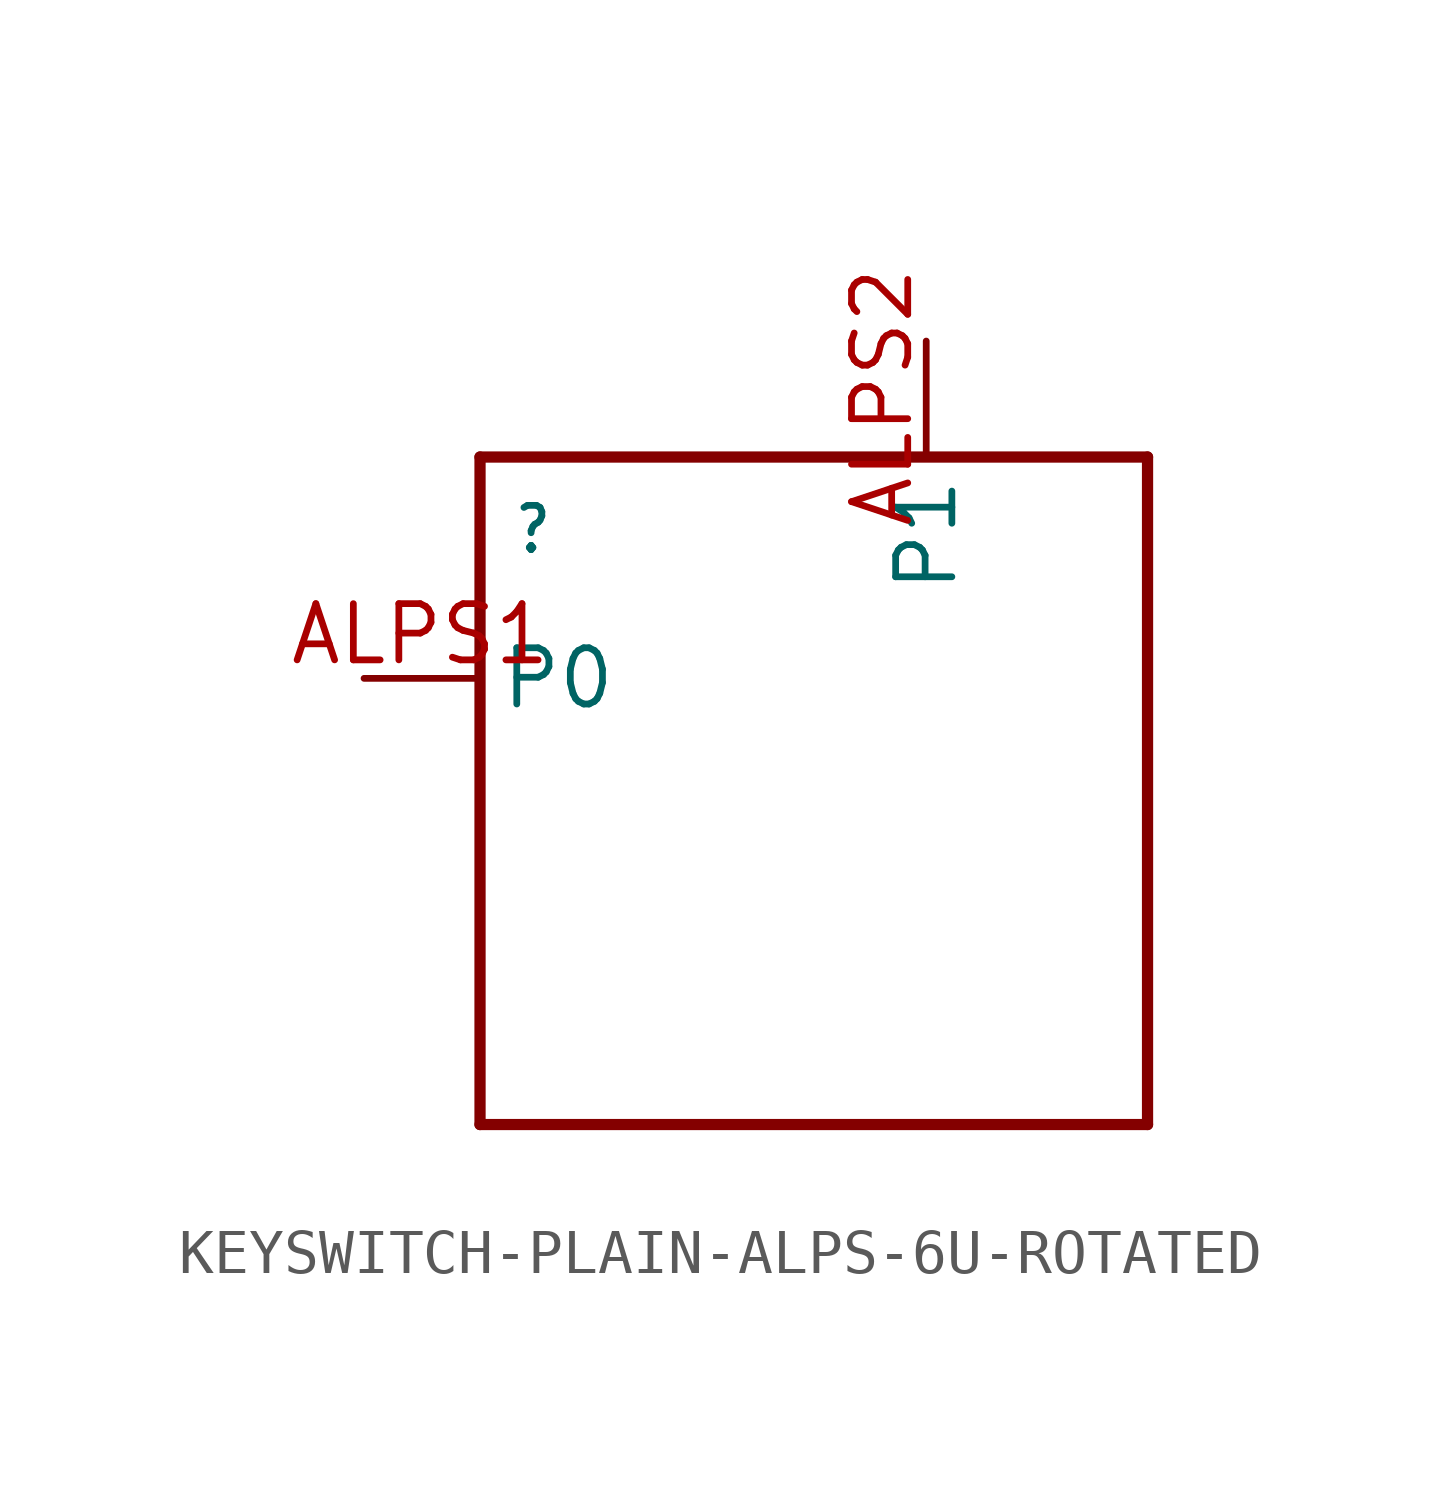
<source format=kicad_sym>
(kicad_symbol_lib
  (version 20211014)
  (generator kicad_symbol_editor)
  (symbol "KEYSWITCH-PLAIN-ALPS-6U-ROTATED"
    (property "Reference" ""
      (at -6.81 5.318 0)
      (effects (font (size 1 0.85)) (justify left bottom)))
    (property "ki_locked" ""
      (at 0 0 0)
      (effects (font (size 1.27 1.27))))
    (symbol "KEYSWITCH-PLAIN-ALPS-6U-ROTATED_1_0"
      (polyline (pts (xy -7.54 -7.54) (xy -7.54 7.54)) (stroke (width 0.254) (type default) (color 0 0 0 0)) (fill (type none)))
      (polyline (pts (xy -7.54 7.54) (xy 7.54 7.54)) (stroke (width 0.254) (type default) (color 0 0 0 0)) (fill (type none)))
      (polyline (pts (xy 7.54 -7.54) (xy -7.54 -7.54)) (stroke (width 0.254) (type default) (color 0 0 0 0)) (fill (type none)))
      (polyline (pts (xy 7.54 7.54) (xy 7.54 -7.54)) (stroke (width 0.254) (type default) (color 0 0 0 0)) (fill (type none)))
      (pin bidirectional line (at -10.16 2.54 0) (length 2.54) (name "P0" (effects (font (size 1.27 1.27)))) (number "ALPS1" (effects (font (size 1.27 1.27)))))
      (pin bidirectional line (at 2.54 10.16 270) (length 2.54) (name "P1" (effects (font (size 1.27 1.27)))) (number "ALPS2" (effects (font (size 1.27 1.27))))))))
</source>
